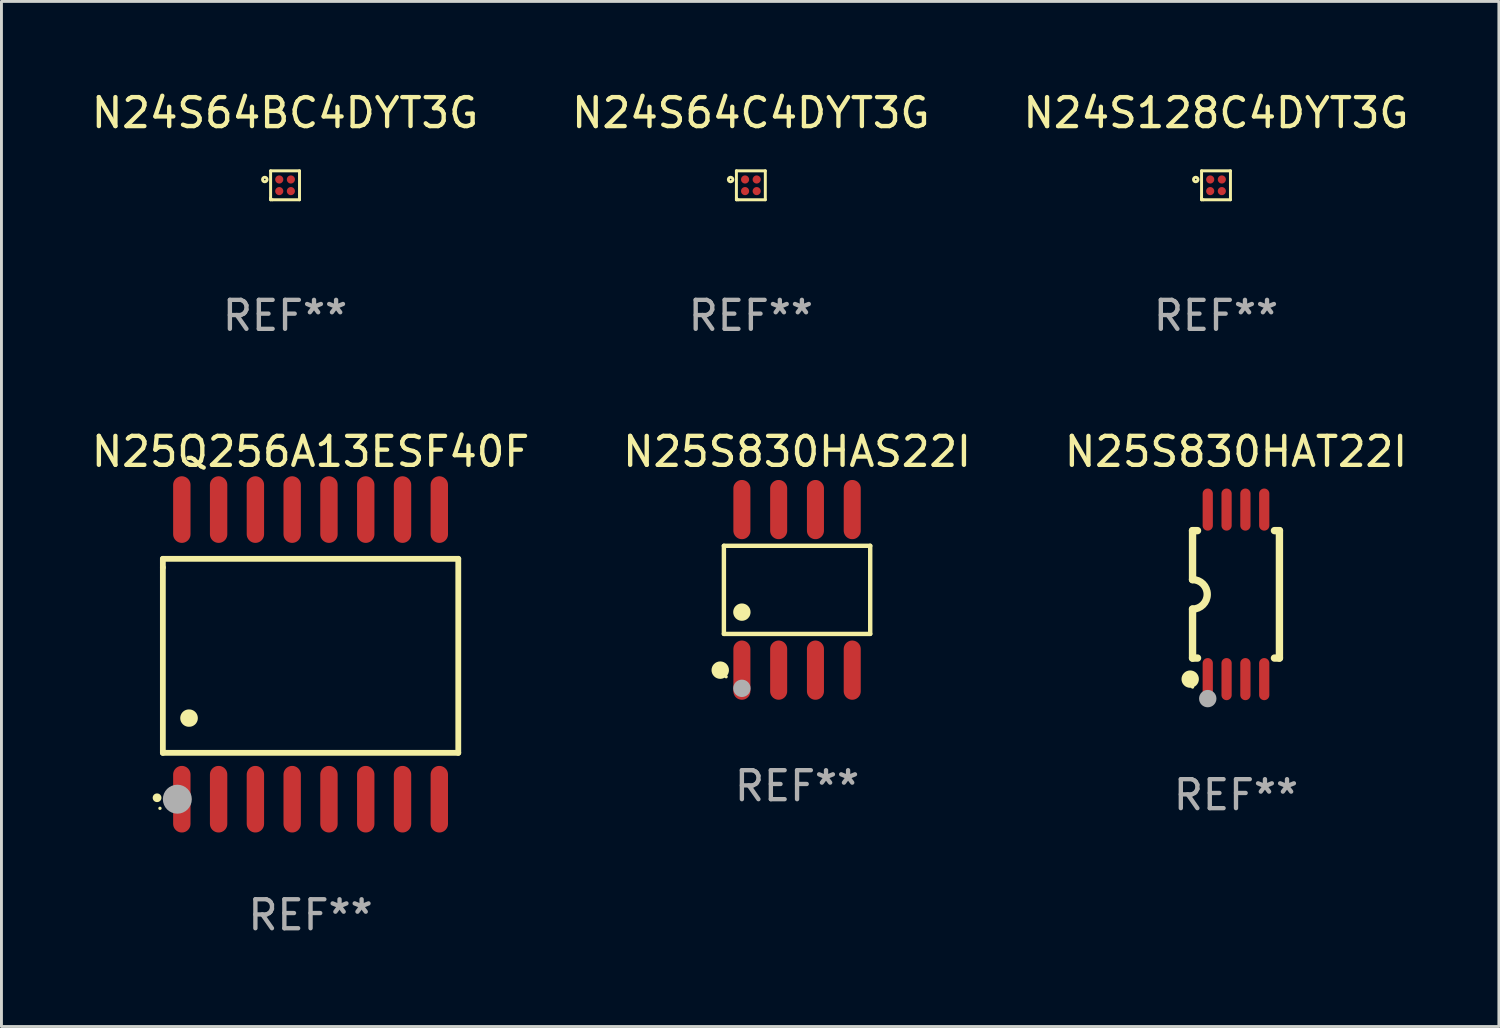
<source format=kicad_pcb>
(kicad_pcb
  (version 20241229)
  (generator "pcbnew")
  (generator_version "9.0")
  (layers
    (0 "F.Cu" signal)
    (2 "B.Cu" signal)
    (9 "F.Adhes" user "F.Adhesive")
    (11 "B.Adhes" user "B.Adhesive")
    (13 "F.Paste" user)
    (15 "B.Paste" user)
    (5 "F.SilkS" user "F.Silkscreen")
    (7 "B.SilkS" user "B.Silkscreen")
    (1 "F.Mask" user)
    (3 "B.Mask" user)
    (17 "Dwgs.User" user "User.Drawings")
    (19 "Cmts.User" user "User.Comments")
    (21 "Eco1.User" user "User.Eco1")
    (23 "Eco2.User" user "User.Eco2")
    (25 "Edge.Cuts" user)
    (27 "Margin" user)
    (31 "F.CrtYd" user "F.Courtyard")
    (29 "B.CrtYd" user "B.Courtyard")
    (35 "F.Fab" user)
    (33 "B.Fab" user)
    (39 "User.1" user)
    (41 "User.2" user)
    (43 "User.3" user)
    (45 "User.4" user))
  (footprint "N25Q256A13ESF40F"
    (layer "F.Cu")
    (at 7.673 19.544)
    (property "Reference" "N25Q256A13ESF40F" (at 0 -7 0) (layer "F.SilkS") (effects (font (size 1 1) (thickness 0.15))))
    (attr through_hole)
    (fp_line (start -5.1 -3.3) (end -5.1 -3) (stroke (width 0.2) (type solid)) (layer "F.SilkS"))
    (fp_line (start -5.1 -3) (end -5.1 3.4) (stroke (width 0.2) (type solid)) (layer "F.SilkS"))
    (fp_line (start -5.1 3.4) (end 5.1 3.4) (stroke (width 0.2) (type solid)) (layer "F.SilkS"))
    (fp_line (start 5.1 -3.3) (end -5.1 -3.3) (stroke (width 0.2) (type solid)) (layer "F.SilkS"))
    (fp_line (start 5.1 3.4) (end 5.1 -3.3) (stroke (width 0.2) (type solid)) (layer "F.SilkS"))
    (fp_arc (start -5.300991 4.950495) (mid -5.299721 4.95049) (end -5.298451 4.950495) (stroke (width 0.3) (type solid)) (layer "F.SilkS"))
    (fp_arc (start -4.2 2.200025) (mid -4.19619 2.200001) (end -4.19238 2.200025) (stroke (width 0.6) (type solid)) (layer "F.SilkS"))
    (fp_circle (center -5.2 5.315) (end -5.17 5.315) (stroke (width 0.06) (type solid)) (fill no) (layer "F.SilkS"))
    (fp_circle (center -4.6 5) (end -4.35 5) (stroke (width 0.5) (type solid)) (fill no) (layer "F.Fab"))
    (fp_text user "REF**" (at 0 9 0) (layer "F.Fab") (effects (font (size 1 1) (thickness 0.15))))
    (pad "1" smd oval (at -4.445 5 180) (size 0.6 2.3) (layers "F.Cu" "F.Mask" "F.Paste"))
    (pad "2" smd oval (at -3.175 5 180) (size 0.6 2.3) (layers "F.Cu" "F.Mask" "F.Paste"))
    (pad "3" smd oval (at -1.905 5 180) (size 0.6 2.3) (layers "F.Cu" "F.Mask" "F.Paste"))
    (pad "4" smd oval (at -0.635 5 180) (size 0.6 2.3) (layers "F.Cu" "F.Mask" "F.Paste"))
    (pad "5" smd oval (at 0.635 5 180) (size 0.6 2.3) (layers "F.Cu" "F.Mask" "F.Paste"))
    (pad "6" smd oval (at 1.905 5 180) (size 0.6 2.3) (layers "F.Cu" "F.Mask" "F.Paste"))
    (pad "7" smd oval (at 3.175 5 180) (size 0.6 2.3) (layers "F.Cu" "F.Mask" "F.Paste"))
    (pad "8" smd oval (at 4.445 5 180) (size 0.6 2.3) (layers "F.Cu" "F.Mask" "F.Paste"))
    (pad "9" smd oval (at 4.445 -5 180) (size 0.6 2.3) (layers "F.Cu" "F.Mask" "F.Paste"))
    (pad "10" smd oval (at 3.175 -5 180) (size 0.6 2.3) (layers "F.Cu" "F.Mask" "F.Paste"))
    (pad "11" smd oval (at 1.905 -5 180) (size 0.6 2.3) (layers "F.Cu" "F.Mask" "F.Paste"))
    (pad "12" smd oval (at 0.635 -5 180) (size 0.6 2.3) (layers "F.Cu" "F.Mask" "F.Paste"))
    (pad "13" smd oval (at -0.635 -5 180) (size 0.6 2.3) (layers "F.Cu" "F.Mask" "F.Paste"))
    (pad "14" smd oval (at -1.905 -5 180) (size 0.6 2.3) (layers "F.Cu" "F.Mask" "F.Paste"))
    (pad "15" smd oval (at -3.175 -5 180) (size 0.6 2.3) (layers "F.Cu" "F.Mask" "F.Paste"))
    (pad "16" smd oval (at -4.445 -5 180) (size 0.6 2.3) (layers "F.Cu" "F.Mask" "F.Paste")))
  (footprint "N24S128C4DYT3G"
    (layer "F.Cu")
    (at 38.935 3.348)
    (property "Reference" "N24S128C4DYT3G" (at 0 -2.5 0) (layer "F.SilkS") (effects (font (size 1 1) (thickness 0.15))))
    (attr through_hole)
    (fp_line (start -0.499 0.5) (end -0.499 0.44) (stroke (width 0.102) (type solid)) (layer "F.SilkS"))
    (fp_line (start -0.499 -0.5) (end 0.499 -0.5) (stroke (width 0.102) (type solid)) (layer "F.SilkS"))
    (fp_line (start -0.499 0.44) (end -0.499 -0.5) (stroke (width 0.102) (type solid)) (layer "F.SilkS"))
    (fp_line (start -0.44 0.499) (end -0.499 0.499) (stroke (width 0.102) (type solid)) (layer "F.SilkS"))
    (fp_line (start 0.499 -0.5) (end 0.499 0.499) (stroke (width 0.102) (type solid)) (layer "F.SilkS"))
    (fp_line (start 0.499 0.499) (end -0.44 0.499) (stroke (width 0.102) (type solid)) (layer "F.SilkS"))
    (fp_circle (center -0.699 -0.2) (end -0.621 -0.2) (stroke (width 0.102) (type solid)) (fill no) (layer "F.SilkS"))
    (fp_text user "REF**" (at 0 4.5 0) (layer "F.Fab") (effects (font (size 1 1) (thickness 0.15))))
    (pad "A1" smd circle (at -0.2 -0.201) (size 0.28 0.28) (layers "F.Cu" "F.Mask" "F.Paste"))
    (pad "A2" smd circle (at 0.201 -0.201) (size 0.28 0.28) (layers "F.Cu" "F.Mask" "F.Paste"))
    (pad "B1" smd circle (at -0.2 0.2) (size 0.28 0.28) (layers "F.Cu" "F.Mask" "F.Paste"))
    (pad "B2" smd circle (at 0.201 0.2) (size 0.28 0.28) (layers "F.Cu" "F.Mask" "F.Paste")))
  (footprint "N24S64C4DYT3G"
    (layer "F.Cu")
    (at 22.875 3.348)
    (property "Reference" "N24S64C4DYT3G" (at 0 -2.5 0) (layer "F.SilkS") (effects (font (size 1 1) (thickness 0.15))))
    (attr through_hole)
    (fp_line (start -0.499 0.5) (end -0.499 0.44) (stroke (width 0.102) (type solid)) (layer "F.SilkS"))
    (fp_line (start -0.499 -0.5) (end 0.499 -0.5) (stroke (width 0.102) (type solid)) (layer "F.SilkS"))
    (fp_line (start -0.499 0.44) (end -0.499 -0.5) (stroke (width 0.102) (type solid)) (layer "F.SilkS"))
    (fp_line (start -0.44 0.499) (end -0.499 0.499) (stroke (width 0.102) (type solid)) (layer "F.SilkS"))
    (fp_line (start 0.499 -0.5) (end 0.499 0.499) (stroke (width 0.102) (type solid)) (layer "F.SilkS"))
    (fp_line (start 0.499 0.499) (end -0.44 0.499) (stroke (width 0.102) (type solid)) (layer "F.SilkS"))
    (fp_circle (center -0.699 -0.2) (end -0.621 -0.2) (stroke (width 0.102) (type solid)) (fill no) (layer "F.SilkS"))
    (fp_text user "REF**" (at 0 4.5 0) (layer "F.Fab") (effects (font (size 1 1) (thickness 0.15))))
    (pad "A1" smd circle (at -0.2 -0.201) (size 0.28 0.28) (layers "F.Cu" "F.Mask" "F.Paste"))
    (pad "A2" smd circle (at 0.201 -0.201) (size 0.28 0.28) (layers "F.Cu" "F.Mask" "F.Paste"))
    (pad "B1" smd circle (at -0.2 0.2) (size 0.28 0.28) (layers "F.Cu" "F.Mask" "F.Paste"))
    (pad "B2" smd circle (at 0.201 0.2) (size 0.28 0.28) (layers "F.Cu" "F.Mask" "F.Paste")))
  (footprint "N25S830HAS22I"
    (layer "F.Cu")
    (at 24.47 17.316)
    (property "Reference" "N25S830HAS22I" (at 0 -4.772 0) (layer "F.SilkS") (effects (font (size 1 1) (thickness 0.15))))
    (attr through_hole)
    (fp_line (start -2.526 -1.521) (end 2.526 -1.521) (stroke (width 0.152) (type solid)) (layer "F.SilkS"))
    (fp_line (start -2.526 1.521) (end -2.526 -1.521) (stroke (width 0.152) (type solid)) (layer "F.SilkS"))
    (fp_line (start 2.526 -1.521) (end 2.526 1.521) (stroke (width 0.152) (type solid)) (layer "F.SilkS"))
    (fp_line (start 2.526 1.521) (end -2.526 1.521) (stroke (width 0.152) (type solid)) (layer "F.SilkS"))
    (fp_circle (center -2.652 2.772) (end -2.501 2.772) (stroke (width 0.3) (type solid)) (fill no) (layer "F.SilkS"))
    (fp_circle (center -2.45 3) (end -2.42 3) (stroke (width 0.06) (type solid)) (fill no) (layer "F.SilkS"))
    (fp_circle (center -1.905 0.769) (end -1.755 0.769) (stroke (width 0.3) (type solid)) (fill no) (layer "F.SilkS"))
    (fp_circle (center -1.905 3.4) (end -1.755 3.4) (stroke (width 0.3) (type solid)) (fill no) (layer "F.Fab"))
    (fp_text user "REF**" (at 0 6.772 0) (layer "F.Fab") (effects (font (size 1 1) (thickness 0.15))))
    (pad "1" smd oval (at -1.905 2.772) (size 0.588 2.045) (layers "F.Cu" "F.Mask" "F.Paste"))
    (pad "2" smd oval (at -0.635 2.772) (size 0.588 2.045) (layers "F.Cu" "F.Mask" "F.Paste"))
    (pad "3" smd oval (at 0.635 2.772) (size 0.588 2.045) (layers "F.Cu" "F.Mask" "F.Paste"))
    (pad "4" smd oval (at 1.905 2.772) (size 0.588 2.045) (layers "F.Cu" "F.Mask" "F.Paste"))
    (pad "5" smd oval (at 1.905 -2.772) (size 0.588 2.045) (layers "F.Cu" "F.Mask" "F.Paste"))
    (pad "6" smd oval (at 0.635 -2.772) (size 0.588 2.045) (layers "F.Cu" "F.Mask" "F.Paste"))
    (pad "7" smd oval (at -0.635 -2.772) (size 0.588 2.045) (layers "F.Cu" "F.Mask" "F.Paste"))
    (pad "8" smd oval (at -1.905 -2.772) (size 0.588 2.045) (layers "F.Cu" "F.Mask" "F.Paste")))
  (footprint "N25S830HAT22I"
    (layer "F.Cu")
    (at 39.625 17.471)
    (property "Reference" "N25S830HAT22I" (at 0 -4.927 0) (layer "F.SilkS") (effects (font (size 1 1) (thickness 0.15))))
    (attr through_hole)
    (fp_line (start -1.5 -2.2) (end -1.5 -0.508) (stroke (width 0.254) (type solid)) (layer "F.SilkS"))
    (fp_line (start -1.5 -2.2) (end -1.328 -2.2) (stroke (width 0.254) (type solid)) (layer "F.SilkS"))
    (fp_line (start -1.5 2.2) (end -1.5 0.508) (stroke (width 0.254) (type solid)) (layer "F.SilkS"))
    (fp_line (start -1.5 2.2) (end -1.328 2.2) (stroke (width 0.254) (type solid)) (layer "F.SilkS"))
    (fp_line (start 1.328 -2.2) (end 1.5 -2.2) (stroke (width 0.254) (type solid)) (layer "F.SilkS"))
    (fp_line (start 1.328 2.2) (end 1.5 2.2) (stroke (width 0.254) (type solid)) (layer "F.SilkS"))
    (fp_line (start 1.5 -2.2) (end 1.5 2.2) (stroke (width 0.254) (type solid)) (layer "F.SilkS"))
    (fp_arc (start -1.501144 -0.508) (mid -0.993143 -0.000571) (end -1.5 0.508001) (stroke (width 0.254001) (type solid)) (layer "F.SilkS"))
    (fp_circle (center -1.581 2.927) (end -1.431 2.927) (stroke (width 0.3) (type solid)) (fill no) (layer "F.SilkS"))
    (fp_circle (center -1.5 3.2) (end -1.47 3.2) (stroke (width 0.06) (type solid)) (fill no) (layer "F.SilkS"))
    (fp_circle (center -0.975 3.6) (end -0.825 3.6) (stroke (width 0.3) (type solid)) (fill no) (layer "F.Fab"))
    (fp_text user "REF**" (at 0 6.927 0) (layer "F.Fab") (effects (font (size 1 1) (thickness 0.15))))
    (pad "1" smd oval (at -0.975 2.927) (size 0.353 1.454) (layers "F.Cu" "F.Mask" "F.Paste"))
    (pad "2" smd oval (at -0.325 2.927) (size 0.353 1.454) (layers "F.Cu" "F.Mask" "F.Paste"))
    (pad "3" smd oval (at 0.325 2.927) (size 0.353 1.454) (layers "F.Cu" "F.Mask" "F.Paste"))
    (pad "4" smd oval (at 0.975 2.927) (size 0.353 1.454) (layers "F.Cu" "F.Mask" "F.Paste"))
    (pad "5" smd oval (at 0.975 -2.927) (size 0.353 1.454) (layers "F.Cu" "F.Mask" "F.Paste"))
    (pad "6" smd oval (at 0.325 -2.927) (size 0.353 1.454) (layers "F.Cu" "F.Mask" "F.Paste"))
    (pad "7" smd oval (at -0.325 -2.927) (size 0.353 1.454) (layers "F.Cu" "F.Mask" "F.Paste"))
    (pad "8" smd oval (at -0.975 -2.927) (size 0.353 1.454) (layers "F.Cu" "F.Mask" "F.Paste")))
  (footprint "N24S64BC4DYT3G"
    (layer "F.Cu")
    (at 6.792 3.348)
    (property "Reference" "N24S64BC4DYT3G" (at 0 -2.5 0) (layer "F.SilkS") (effects (font (size 1 1) (thickness 0.15))))
    (attr through_hole)
    (fp_line (start -0.499 0.5) (end -0.499 0.44) (stroke (width 0.102) (type solid)) (layer "F.SilkS"))
    (fp_line (start -0.499 -0.5) (end 0.499 -0.5) (stroke (width 0.102) (type solid)) (layer "F.SilkS"))
    (fp_line (start -0.499 0.44) (end -0.499 -0.5) (stroke (width 0.102) (type solid)) (layer "F.SilkS"))
    (fp_line (start -0.44 0.499) (end -0.499 0.499) (stroke (width 0.102) (type solid)) (layer "F.SilkS"))
    (fp_line (start 0.499 -0.5) (end 0.499 0.499) (stroke (width 0.102) (type solid)) (layer "F.SilkS"))
    (fp_line (start 0.499 0.499) (end -0.44 0.499) (stroke (width 0.102) (type solid)) (layer "F.SilkS"))
    (fp_circle (center -0.699 -0.2) (end -0.621 -0.2) (stroke (width 0.102) (type solid)) (fill no) (layer "F.SilkS"))
    (fp_text user "REF**" (at 0 4.5 0) (layer "F.Fab") (effects (font (size 1 1) (thickness 0.15))))
    (pad "A1" smd circle (at -0.2 -0.201) (size 0.28 0.28) (layers "F.Cu" "F.Mask" "F.Paste"))
    (pad "A2" smd circle (at 0.201 -0.201) (size 0.28 0.28) (layers "F.Cu" "F.Mask" "F.Paste"))
    (pad "B1" smd circle (at -0.2 0.2) (size 0.28 0.28) (layers "F.Cu" "F.Mask" "F.Paste"))
    (pad "B2" smd circle (at 0.201 0.2) (size 0.28 0.28) (layers "F.Cu" "F.Mask" "F.Paste")))
  (gr_rect
    (start -3 -3)
    (end 48.702 32.392)
    (stroke (width 0.1) (type default))
    (fill no)
    (layer "Edge.Cuts")))
</source>
